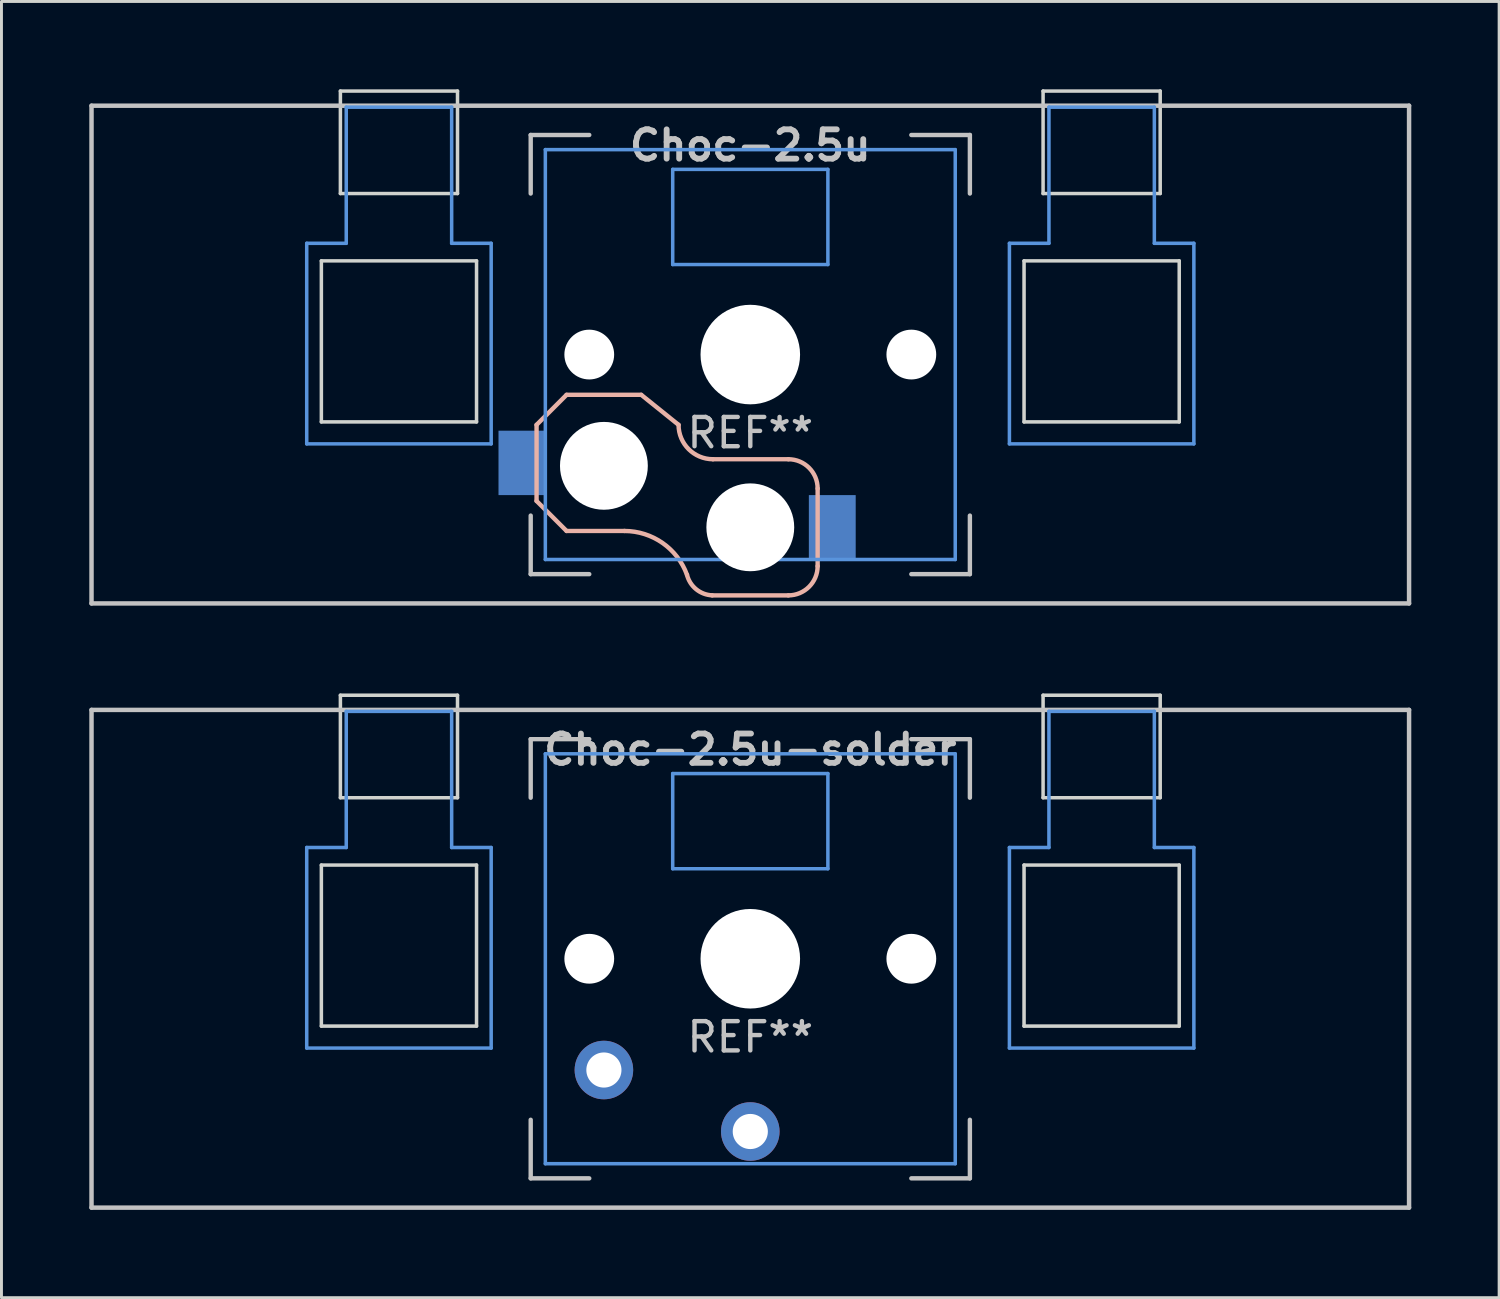
<source format=kicad_pcb>
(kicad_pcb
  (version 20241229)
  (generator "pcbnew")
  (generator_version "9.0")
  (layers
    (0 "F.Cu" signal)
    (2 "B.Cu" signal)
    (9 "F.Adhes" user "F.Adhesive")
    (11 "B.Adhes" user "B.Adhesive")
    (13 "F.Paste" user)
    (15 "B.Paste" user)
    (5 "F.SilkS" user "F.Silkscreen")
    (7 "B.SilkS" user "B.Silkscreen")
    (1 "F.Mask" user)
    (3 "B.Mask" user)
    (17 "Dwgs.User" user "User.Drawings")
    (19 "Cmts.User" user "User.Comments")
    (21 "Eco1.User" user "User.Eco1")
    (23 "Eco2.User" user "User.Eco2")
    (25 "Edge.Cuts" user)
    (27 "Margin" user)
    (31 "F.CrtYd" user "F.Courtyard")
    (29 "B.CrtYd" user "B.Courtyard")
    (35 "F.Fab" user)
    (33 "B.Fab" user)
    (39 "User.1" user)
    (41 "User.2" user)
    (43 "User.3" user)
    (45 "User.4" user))
  (footprint "Choc-2.5u-solder"
    (layer "F.Cu")
    (at 22.576 29.696)
    (property "Reference" "Choc-2.5u-solder" (at 0 -7.144 180) (layer "Dwgs.User") (effects (font (size 1 1) (thickness 0.2))))
    (attr through_hole)
    (fp_line (start -22.5 -8.5) (end 22.5 -8.5) (stroke (width 0.152) (type solid)) (layer "Dwgs.User"))
    (fp_line (start -22.5 8.5) (end -22.5 -8.5) (stroke (width 0.152) (type solid)) (layer "Dwgs.User"))
    (fp_line (start -7.5 -7.5) (end -7.5 -5.5) (stroke (width 0.15) (type solid)) (layer "Dwgs.User"))
    (fp_line (start -7.5 7.5) (end -7.5 5.5) (stroke (width 0.15) (type solid)) (layer "Dwgs.User"))
    (fp_line (start -5.5 -7.5) (end -7.5 -7.5) (stroke (width 0.15) (type solid)) (layer "Dwgs.User"))
    (fp_line (start -5.5 7.5) (end -7.5 7.5) (stroke (width 0.15) (type solid)) (layer "Dwgs.User"))
    (fp_line (start 5.5 -7.5) (end 7.5 -7.5) (stroke (width 0.15) (type solid)) (layer "Dwgs.User"))
    (fp_line (start 5.5 7.5) (end 7.5 7.5) (stroke (width 0.15) (type solid)) (layer "Dwgs.User"))
    (fp_line (start 7.5 -7.5) (end 7.5 -5.5) (stroke (width 0.15) (type solid)) (layer "Dwgs.User"))
    (fp_line (start 7.5 7.5) (end 7.5 5.5) (stroke (width 0.15) (type solid)) (layer "Dwgs.User"))
    (fp_line (start 22.5 -8.5) (end 22.5 8.5) (stroke (width 0.152) (type solid)) (layer "Dwgs.User"))
    (fp_line (start 22.5 8.5) (end -22.5 8.5) (stroke (width 0.152) (type solid)) (layer "Dwgs.User"))
    (fp_line (start -15.15 -3.8) (end -13.8 -3.8) (stroke (width 0.12) (type solid)) (layer "Cmts.User"))
    (fp_line (start -15.15 3.05) (end -15.15 -3.8) (stroke (width 0.12) (type solid)) (layer "Cmts.User"))
    (fp_line (start -15.15 3.05) (end -8.85 3.05) (stroke (width 0.12) (type solid)) (layer "Cmts.User"))
    (fp_line (start -13.8 -8.45) (end -13.8 -3.8) (stroke (width 0.12) (type solid)) (layer "Cmts.User"))
    (fp_line (start -13.8 -8.45) (end -10.2 -8.45) (stroke (width 0.12) (type solid)) (layer "Cmts.User"))
    (fp_line (start -10.2 -8.45) (end -10.2 -3.8) (stroke (width 0.12) (type solid)) (layer "Cmts.User"))
    (fp_line (start -10.2 -3.8) (end -8.85 -3.8) (stroke (width 0.12) (type solid)) (layer "Cmts.User"))
    (fp_line (start -8.85 3.05) (end -8.85 -3.8) (stroke (width 0.12) (type solid)) (layer "Cmts.User"))
    (fp_line (start -7 -7) (end -7 7) (stroke (width 0.12) (type solid)) (layer "Cmts.User"))
    (fp_line (start -7 7) (end 7 7) (stroke (width 0.12) (type solid)) (layer "Cmts.User"))
    (fp_line (start -2.65 -6.325) (end 2.65 -6.325) (stroke (width 0.12) (type solid)) (layer "Cmts.User"))
    (fp_line (start -2.65 -3.075) (end -2.65 -6.325) (stroke (width 0.12) (type solid)) (layer "Cmts.User"))
    (fp_line (start 2.65 -6.325) (end 2.65 -3.075) (stroke (width 0.12) (type solid)) (layer "Cmts.User"))
    (fp_line (start 2.65 -3.075) (end -2.65 -3.075) (stroke (width 0.12) (type solid)) (layer "Cmts.User"))
    (fp_line (start 7 -7) (end -7 -7) (stroke (width 0.12) (type solid)) (layer "Cmts.User"))
    (fp_line (start 7 7) (end 7 -7) (stroke (width 0.12) (type solid)) (layer "Cmts.User"))
    (fp_line (start 8.85 -3.8) (end 10.2 -3.8) (stroke (width 0.12) (type solid)) (layer "Cmts.User"))
    (fp_line (start 8.85 3.05) (end 8.85 -3.8) (stroke (width 0.12) (type solid)) (layer "Cmts.User"))
    (fp_line (start 8.85 3.05) (end 15.15 3.05) (stroke (width 0.12) (type solid)) (layer "Cmts.User"))
    (fp_line (start 10.2 -8.45) (end 10.2 -3.8) (stroke (width 0.12) (type solid)) (layer "Cmts.User"))
    (fp_line (start 10.2 -8.45) (end 13.8 -8.45) (stroke (width 0.12) (type solid)) (layer "Cmts.User"))
    (fp_line (start 13.8 -8.45) (end 13.8 -3.8) (stroke (width 0.12) (type solid)) (layer "Cmts.User"))
    (fp_line (start 13.8 -3.8) (end 15.15 -3.8) (stroke (width 0.12) (type solid)) (layer "Cmts.User"))
    (fp_line (start 15.15 3.05) (end 15.15 -3.8) (stroke (width 0.12) (type solid)) (layer "Cmts.User"))
    (fp_line (start -14.65 -3.2) (end -14.65 2.3) (stroke (width 0.12) (type solid)) (layer "Edge.Cuts"))
    (fp_line (start -14.65 -3.2) (end -9.35 -3.2) (stroke (width 0.12) (type solid)) (layer "Edge.Cuts"))
    (fp_line (start -14.65 2.3) (end -9.35 2.3) (stroke (width 0.12) (type solid)) (layer "Edge.Cuts"))
    (fp_line (start -14 -9) (end -14 -5.5) (stroke (width 0.12) (type solid)) (layer "Edge.Cuts"))
    (fp_line (start -14 -9) (end -10 -9) (stroke (width 0.12) (type solid)) (layer "Edge.Cuts"))
    (fp_line (start -14 -5.5) (end -10 -5.5) (stroke (width 0.12) (type solid)) (layer "Edge.Cuts"))
    (fp_line (start -10 -5.5) (end -10 -9) (stroke (width 0.12) (type solid)) (layer "Edge.Cuts"))
    (fp_line (start -9.35 2.3) (end -9.35 -3.2) (stroke (width 0.12) (type solid)) (layer "Edge.Cuts"))
    (fp_line (start 9.35 -3.2) (end 9.35 2.3) (stroke (width 0.12) (type solid)) (layer "Edge.Cuts"))
    (fp_line (start 9.35 -3.2) (end 14.65 -3.2) (stroke (width 0.12) (type solid)) (layer "Edge.Cuts"))
    (fp_line (start 9.35 2.3) (end 14.65 2.3) (stroke (width 0.12) (type solid)) (layer "Edge.Cuts"))
    (fp_line (start 10 -9) (end 10 -5.5) (stroke (width 0.12) (type solid)) (layer "Edge.Cuts"))
    (fp_line (start 10 -9) (end 14 -9) (stroke (width 0.12) (type solid)) (layer "Edge.Cuts"))
    (fp_line (start 10 -5.5) (end 14 -5.5) (stroke (width 0.12) (type solid)) (layer "Edge.Cuts"))
    (fp_line (start 14 -5.5) (end 14 -9) (stroke (width 0.12) (type solid)) (layer "Edge.Cuts"))
    (fp_line (start 14.65 2.3) (end 14.65 -3.2) (stroke (width 0.12) (type solid)) (layer "Edge.Cuts"))
    (fp_text user "REF**" (at 0 2.675 0) (layer "Dwgs.User") (effects (font (size 1 1) (thickness 0.15))))
    (pad "" np_thru_hole circle (at -5.5 0 180) (size 1.7 1.7) (drill 1.7) (layers "*.Cu" "*.Mask"))
    (pad "" np_thru_hole circle (at 0 0 90) (size 3.4 3.4) (drill 3.4) (layers "*.Cu" "*.Mask"))
    (pad "" np_thru_hole circle (at 5.5 0 180) (size 1.7 1.7) (drill 1.7) (layers "*.Cu" "*.Mask"))
    (pad "1" thru_hole circle (at 0 5.9 180) (size 2 2) (drill 1.2) (layers "*.Cu" "*.Mask"))
    (pad "2" thru_hole circle (at -5 3.8 41.9) (size 2 2) (drill 1.2) (layers "*.Cu" "*.Mask")))
  (footprint "Choc-2.5u"
    (layer "F.Cu")
    (at 22.576 9.06)
    (property "Reference" "Choc-2.5u" (at 0 -7.144 180) (layer "Dwgs.User") (effects (font (size 1 1) (thickness 0.2))))
    (attr through_hole)
    (fp_line (start -7.3 2.4) (end -7.3 5) (stroke (width 0.15) (type solid)) (layer "B.SilkS"))
    (fp_line (start -7.3 2.4) (end -6.275 1.375) (stroke (width 0.15) (type solid)) (layer "B.SilkS"))
    (fp_line (start -7.3 5) (end -6.275 6.025) (stroke (width 0.15) (type solid)) (layer "B.SilkS"))
    (fp_line (start -4.3 6.025) (end -6.275 6.025) (stroke (width 0.15) (type solid)) (layer "B.SilkS"))
    (fp_line (start -3.725 1.375) (end -6.275 1.375) (stroke (width 0.15) (type solid)) (layer "B.SilkS"))
    (fp_line (start -3.725 1.375) (end -2.45 2.4) (stroke (width 0.15) (type solid)) (layer "B.SilkS"))
    (fp_line (start 1.3 3.575) (end -1.275 3.575) (stroke (width 0.15) (type solid)) (layer "B.SilkS"))
    (fp_line (start 1.3 8.225) (end -1.3 8.225) (stroke (width 0.15) (type solid)) (layer "B.SilkS"))
    (fp_line (start 2.3 4.575) (end 2.3 7.225) (stroke (width 0.15) (type solid)) (layer "B.SilkS"))
    (fp_arc (start -4.3 6.025) (mid -2.995114 6.436429) (end -2.162199 7.521904) (stroke (width 0.15) (type solid)) (layer "B.SilkS"))
    (fp_arc (start -1.300995 8.223791) (mid -1.848284 8.016021) (end -2.162199 7.521904) (stroke (width 0.15) (type solid)) (layer "B.SilkS"))
    (fp_arc (start -1.275 3.575) (mid -2.10585 3.23085) (end -2.45 2.4) (stroke (width 0.15) (type solid)) (layer "B.SilkS"))
    (fp_arc (start 1.3 3.575) (mid 2.007107 3.867893) (end 2.3 4.575) (stroke (width 0.15) (type solid)) (layer "B.SilkS"))
    (fp_arc (start 2.3 7.225) (mid 2.007107 7.932107) (end 1.3 8.225) (stroke (width 0.15) (type solid)) (layer "B.SilkS"))
    (fp_line (start -22.5 -8.5) (end 22.5 -8.5) (stroke (width 0.152) (type solid)) (layer "Dwgs.User"))
    (fp_line (start -22.5 8.5) (end -22.5 -8.5) (stroke (width 0.152) (type solid)) (layer "Dwgs.User"))
    (fp_line (start -7.5 -7.5) (end -7.5 -5.5) (stroke (width 0.15) (type solid)) (layer "Dwgs.User"))
    (fp_line (start -7.5 7.5) (end -7.5 5.5) (stroke (width 0.15) (type solid)) (layer "Dwgs.User"))
    (fp_line (start -5.5 -7.5) (end -7.5 -7.5) (stroke (width 0.15) (type solid)) (layer "Dwgs.User"))
    (fp_line (start -5.5 7.5) (end -7.5 7.5) (stroke (width 0.15) (type solid)) (layer "Dwgs.User"))
    (fp_line (start 5.5 -7.5) (end 7.5 -7.5) (stroke (width 0.15) (type solid)) (layer "Dwgs.User"))
    (fp_line (start 5.5 7.5) (end 7.5 7.5) (stroke (width 0.15) (type solid)) (layer "Dwgs.User"))
    (fp_line (start 7.5 -7.5) (end 7.5 -5.5) (stroke (width 0.15) (type solid)) (layer "Dwgs.User"))
    (fp_line (start 7.5 7.5) (end 7.5 5.5) (stroke (width 0.15) (type solid)) (layer "Dwgs.User"))
    (fp_line (start 22.5 -8.5) (end 22.5 8.5) (stroke (width 0.152) (type solid)) (layer "Dwgs.User"))
    (fp_line (start 22.5 8.5) (end -22.5 8.5) (stroke (width 0.152) (type solid)) (layer "Dwgs.User"))
    (fp_line (start -15.15 -3.8) (end -13.8 -3.8) (stroke (width 0.12) (type solid)) (layer "Cmts.User"))
    (fp_line (start -15.15 3.05) (end -15.15 -3.8) (stroke (width 0.12) (type solid)) (layer "Cmts.User"))
    (fp_line (start -15.15 3.05) (end -8.85 3.05) (stroke (width 0.12) (type solid)) (layer "Cmts.User"))
    (fp_line (start -13.8 -8.45) (end -13.8 -3.8) (stroke (width 0.12) (type solid)) (layer "Cmts.User"))
    (fp_line (start -13.8 -8.45) (end -10.2 -8.45) (stroke (width 0.12) (type solid)) (layer "Cmts.User"))
    (fp_line (start -10.2 -8.45) (end -10.2 -3.8) (stroke (width 0.12) (type solid)) (layer "Cmts.User"))
    (fp_line (start -10.2 -3.8) (end -8.85 -3.8) (stroke (width 0.12) (type solid)) (layer "Cmts.User"))
    (fp_line (start -8.85 3.05) (end -8.85 -3.8) (stroke (width 0.12) (type solid)) (layer "Cmts.User"))
    (fp_line (start -7 -7) (end -7 7) (stroke (width 0.12) (type solid)) (layer "Cmts.User"))
    (fp_line (start -7 7) (end 7 7) (stroke (width 0.12) (type solid)) (layer "Cmts.User"))
    (fp_line (start -2.65 -6.325) (end 2.65 -6.325) (stroke (width 0.12) (type solid)) (layer "Cmts.User"))
    (fp_line (start -2.65 -3.075) (end -2.65 -6.325) (stroke (width 0.12) (type solid)) (layer "Cmts.User"))
    (fp_line (start 2.65 -6.325) (end 2.65 -3.075) (stroke (width 0.12) (type solid)) (layer "Cmts.User"))
    (fp_line (start 2.65 -3.075) (end -2.65 -3.075) (stroke (width 0.12) (type solid)) (layer "Cmts.User"))
    (fp_line (start 7 -7) (end -7 -7) (stroke (width 0.12) (type solid)) (layer "Cmts.User"))
    (fp_line (start 7 7) (end 7 -7) (stroke (width 0.12) (type solid)) (layer "Cmts.User"))
    (fp_line (start 8.85 -3.8) (end 10.2 -3.8) (stroke (width 0.12) (type solid)) (layer "Cmts.User"))
    (fp_line (start 8.85 3.05) (end 8.85 -3.8) (stroke (width 0.12) (type solid)) (layer "Cmts.User"))
    (fp_line (start 8.85 3.05) (end 15.15 3.05) (stroke (width 0.12) (type solid)) (layer "Cmts.User"))
    (fp_line (start 10.2 -8.45) (end 10.2 -3.8) (stroke (width 0.12) (type solid)) (layer "Cmts.User"))
    (fp_line (start 10.2 -8.45) (end 13.8 -8.45) (stroke (width 0.12) (type solid)) (layer "Cmts.User"))
    (fp_line (start 13.8 -8.45) (end 13.8 -3.8) (stroke (width 0.12) (type solid)) (layer "Cmts.User"))
    (fp_line (start 13.8 -3.8) (end 15.15 -3.8) (stroke (width 0.12) (type solid)) (layer "Cmts.User"))
    (fp_line (start 15.15 3.05) (end 15.15 -3.8) (stroke (width 0.12) (type solid)) (layer "Cmts.User"))
    (fp_line (start -14.65 -3.2) (end -14.65 2.3) (stroke (width 0.12) (type solid)) (layer "Edge.Cuts"))
    (fp_line (start -14.65 -3.2) (end -9.35 -3.2) (stroke (width 0.12) (type solid)) (layer "Edge.Cuts"))
    (fp_line (start -14.65 2.3) (end -9.35 2.3) (stroke (width 0.12) (type solid)) (layer "Edge.Cuts"))
    (fp_line (start -14 -9) (end -14 -5.5) (stroke (width 0.12) (type solid)) (layer "Edge.Cuts"))
    (fp_line (start -14 -9) (end -10 -9) (stroke (width 0.12) (type solid)) (layer "Edge.Cuts"))
    (fp_line (start -14 -5.5) (end -10 -5.5) (stroke (width 0.12) (type solid)) (layer "Edge.Cuts"))
    (fp_line (start -10 -5.5) (end -10 -9) (stroke (width 0.12) (type solid)) (layer "Edge.Cuts"))
    (fp_line (start -9.35 2.3) (end -9.35 -3.2) (stroke (width 0.12) (type solid)) (layer "Edge.Cuts"))
    (fp_line (start 9.35 -3.2) (end 9.35 2.3) (stroke (width 0.12) (type solid)) (layer "Edge.Cuts"))
    (fp_line (start 9.35 -3.2) (end 14.65 -3.2) (stroke (width 0.12) (type solid)) (layer "Edge.Cuts"))
    (fp_line (start 9.35 2.3) (end 14.65 2.3) (stroke (width 0.12) (type solid)) (layer "Edge.Cuts"))
    (fp_line (start 10 -9) (end 10 -5.5) (stroke (width 0.12) (type solid)) (layer "Edge.Cuts"))
    (fp_line (start 10 -9) (end 14 -9) (stroke (width 0.12) (type solid)) (layer "Edge.Cuts"))
    (fp_line (start 10 -5.5) (end 14 -5.5) (stroke (width 0.12) (type solid)) (layer "Edge.Cuts"))
    (fp_line (start 14 -5.5) (end 14 -9) (stroke (width 0.12) (type solid)) (layer "Edge.Cuts"))
    (fp_line (start 14.65 2.3) (end 14.65 -3.2) (stroke (width 0.12) (type solid)) (layer "Edge.Cuts"))
    (fp_text user "REF**" (at 0 2.675 0) (layer "Dwgs.User") (effects (font (size 1 1) (thickness 0.15))))
    (pad "" np_thru_hole circle (at -5.5 0 180) (size 1.7 1.7) (drill 1.7) (layers "*.Cu" "*.Mask"))
    (pad "" np_thru_hole circle (at -5 3.8 90) (size 3 3) (drill 3) (layers "*.Cu" "*.Mask"))
    (pad "" np_thru_hole circle (at 0 0 90) (size 3.4 3.4) (drill 3.4) (layers "*.Cu" "*.Mask"))
    (pad "" np_thru_hole circle (at 0 5.9 90) (size 3 3) (drill 3) (layers "*.Cu" "*.Mask"))
    (pad "" np_thru_hole circle (at 5.5 0 180) (size 1.7 1.7) (drill 1.7) (layers "*.Cu" "*.Mask"))
    (pad "1" smd rect (at -7.8 3.7 180) (size 1.6 2.2) (layers "B.Cu" "B.Mask" "B.Paste"))
    (pad "2" smd rect (at 2.8 5.9 180) (size 1.6 2.2) (layers "B.Cu" "B.Mask" "B.Paste")))
  (gr_rect
    (start -3 -3)
    (end 48.152 41.272)
    (stroke (width 0.1) (type default))
    (fill no)
    (layer "Edge.Cuts")))
</source>
